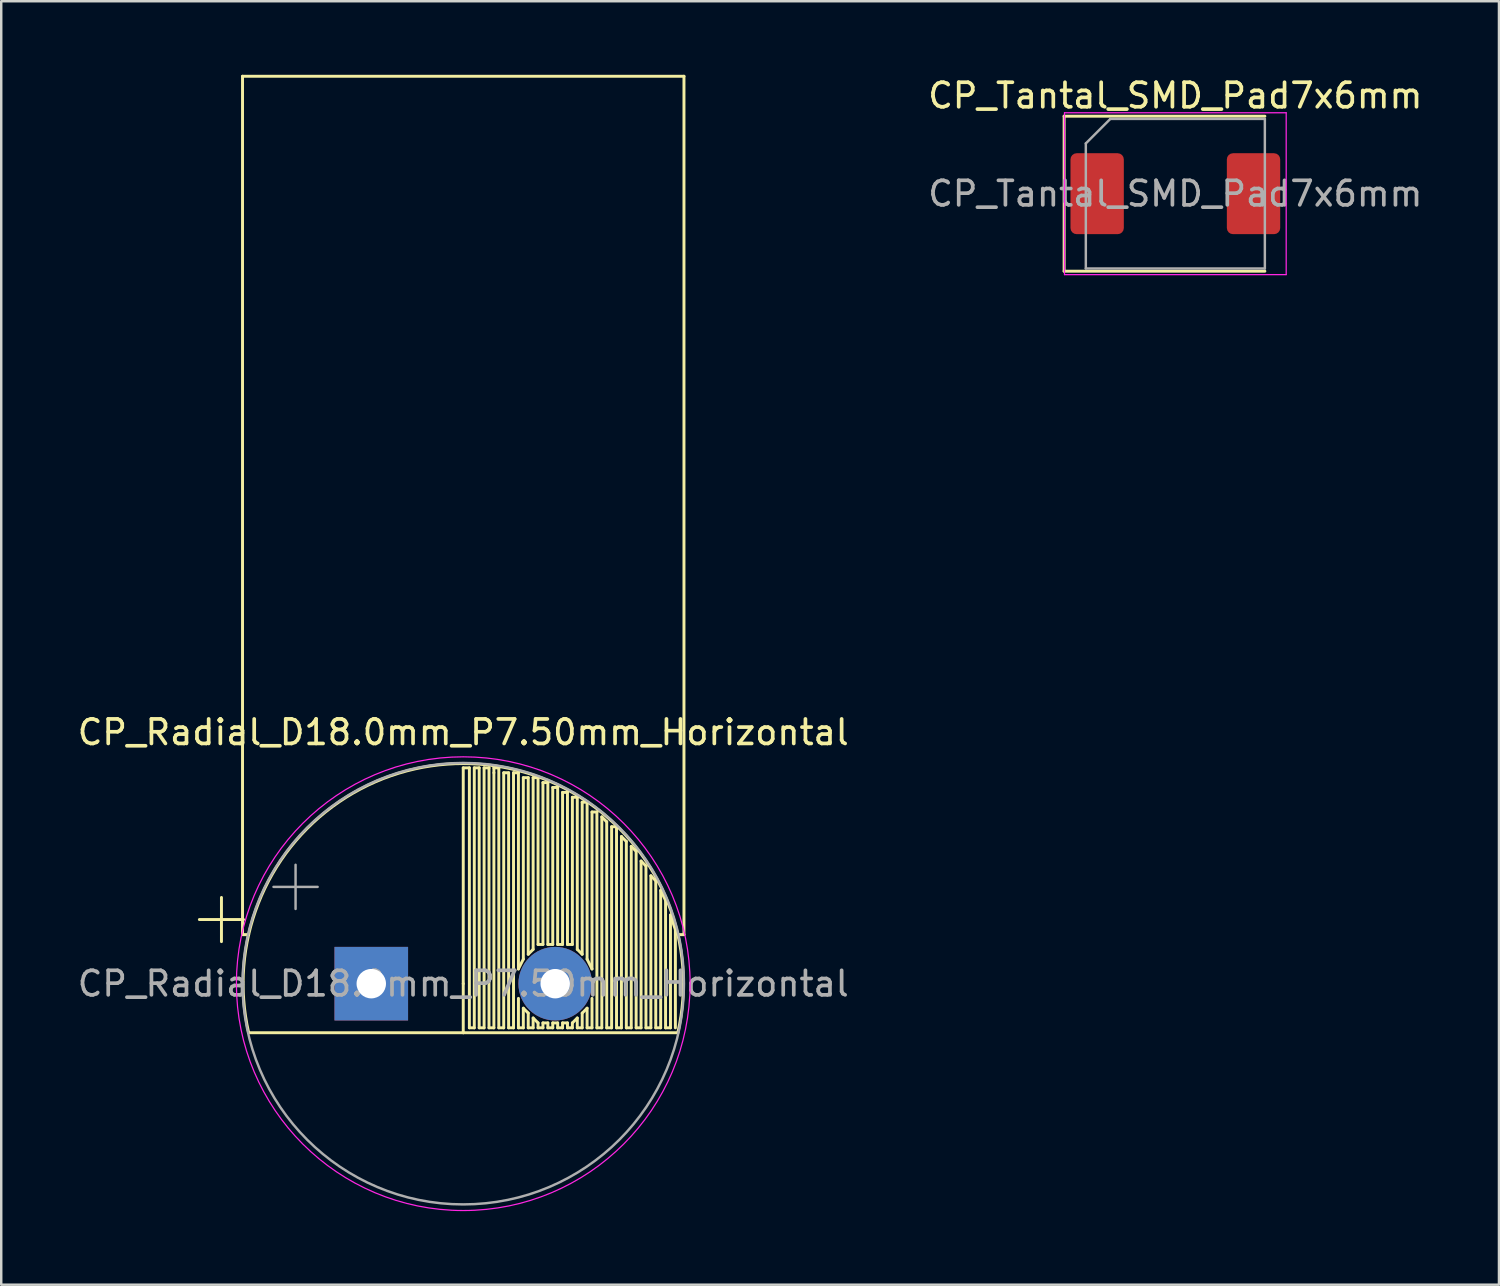
<source format=kicad_pcb>
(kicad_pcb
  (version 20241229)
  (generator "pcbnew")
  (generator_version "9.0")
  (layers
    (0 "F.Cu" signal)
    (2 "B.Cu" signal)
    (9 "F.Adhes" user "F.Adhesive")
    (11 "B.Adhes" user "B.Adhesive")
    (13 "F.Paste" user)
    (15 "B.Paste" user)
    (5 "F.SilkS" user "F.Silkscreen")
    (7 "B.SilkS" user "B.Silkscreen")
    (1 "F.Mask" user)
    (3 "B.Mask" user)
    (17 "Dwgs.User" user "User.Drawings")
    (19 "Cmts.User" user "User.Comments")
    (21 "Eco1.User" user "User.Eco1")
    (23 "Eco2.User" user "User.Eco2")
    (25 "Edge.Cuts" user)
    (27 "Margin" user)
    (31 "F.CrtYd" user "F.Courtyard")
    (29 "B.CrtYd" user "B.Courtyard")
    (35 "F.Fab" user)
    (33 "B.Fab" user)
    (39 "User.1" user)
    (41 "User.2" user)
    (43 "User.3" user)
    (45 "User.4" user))
  (footprint "CP_Tantal_SMD_Pad7x6mm"
    (layer "F.Cu")
    (at 44.875 4.848)
    (property "Reference" "CP_Tantal_SMD_Pad7x6mm" (at 0 -4 0) (layer "F.SilkS") (effects (font (size 1 1) (thickness 0.15))))
    (attr smd)
    (fp_line (start -4.535 -3.16) (end -4.535 3.16) (stroke (width 0.12) (type solid)) (layer "F.SilkS"))
    (fp_line (start -4.535 3.16) (end 3.65 3.16) (stroke (width 0.12) (type solid)) (layer "F.SilkS"))
    (fp_line (start 3.65 -3.16) (end -4.535 -3.16) (stroke (width 0.12) (type solid)) (layer "F.SilkS"))
    (fp_line (start -4.52 -3.3) (end 4.52 -3.3) (stroke (width 0.05) (type solid)) (layer "F.CrtYd"))
    (fp_line (start -4.52 3.3) (end -4.52 -3.3) (stroke (width 0.05) (type solid)) (layer "F.CrtYd"))
    (fp_line (start 4.52 -3.3) (end 4.52 3.3) (stroke (width 0.05) (type solid)) (layer "F.CrtYd"))
    (fp_line (start 4.52 3.3) (end -4.52 3.3) (stroke (width 0.05) (type solid)) (layer "F.CrtYd"))
    (fp_line (start -3.65 -2.05) (end -3.65 3.05) (stroke (width 0.1) (type solid)) (layer "F.Fab"))
    (fp_line (start -3.65 3.05) (end 3.65 3.05) (stroke (width 0.1) (type solid)) (layer "F.Fab"))
    (fp_line (start -2.65 -3.05) (end -3.65 -2.05) (stroke (width 0.1) (type solid)) (layer "F.Fab"))
    (fp_line (start 3.65 -3.05) (end -2.65 -3.05) (stroke (width 0.1) (type solid)) (layer "F.Fab"))
    (fp_line (start 3.65 3.05) (end 3.65 -3.05) (stroke (width 0.1) (type solid)) (layer "F.Fab"))
    (fp_text user "${REFERENCE}" (at 0 0 0) (layer "F.Fab") (effects (font (size 1 1) (thickness 0.15))))
    (pad "1" smd roundrect (at -3.188 0) (size 2.175 3.3) (layers "F.Cu" "F.Mask" "F.Paste") (roundrect_rratio 0.115))
    (pad "2" smd roundrect (at 3.188 0) (size 2.175 3.3) (layers "F.Cu" "F.Mask" "F.Paste") (roundrect_rratio 0.115)))
  (footprint "CP_Radial_D18.0mm_P7.50mm_Horizontal"
    (layer "F.Cu")
    (at 12.089 37.06)
    (property "Reference" "CP_Radial_D18.0mm_P7.50mm_Horizontal" (at 3.75 -10.25 0) (layer "F.SilkS") (effects (font (size 1 1) (thickness 0.15))))
    (attr through_hole)
    (fp_line (start -7.009 -2.615) (end -5.209 -2.615) (stroke (width 0.12) (type solid)) (layer "F.SilkS"))
    (fp_line (start -6.109 -3.515) (end -6.109 -1.715) (stroke (width 0.12) (type solid)) (layer "F.SilkS"))
    (fp_line (start -5.25 -37) (end -5.25 -2) (stroke (width 0.12) (type solid)) (layer "F.SilkS"))
    (fp_line (start -5.25 -2) (end -5 -2) (stroke (width 0.12) (type solid)) (layer "F.SilkS"))
    (fp_line (start 3.75 -8.8) (end 4 -8.8) (stroke (width 0.12) (type solid)) (layer "F.SilkS"))
    (fp_line (start 3.75 0) (end 3.75 -8.8) (stroke (width 0.12) (type solid)) (layer "F.SilkS"))
    (fp_line (start 3.75 0) (end 3.75 2) (stroke (width 0.12) (type solid)) (layer "F.SilkS"))
    (fp_line (start 3.75 2) (end -5 2) (stroke (width 0.12) (type solid)) (layer "F.SilkS"))
    (fp_line (start 3.75 2) (end 12.5 2) (stroke (width 0.12) (type solid)) (layer "F.SilkS"))
    (fp_line (start 4 -8.8) (end 4 1.8) (stroke (width 0.12) (type solid)) (layer "F.SilkS"))
    (fp_line (start 4 1.8) (end 4.2 1.8) (stroke (width 0.12) (type solid)) (layer "F.SilkS"))
    (fp_line (start 4.2 -8.8) (end 4.4 -8.8) (stroke (width 0.12) (type solid)) (layer "F.SilkS"))
    (fp_line (start 4.2 1.8) (end 4.2 -8.8) (stroke (width 0.12) (type solid)) (layer "F.SilkS"))
    (fp_line (start 4.4 -8.8) (end 4.4 1.8) (stroke (width 0.12) (type solid)) (layer "F.SilkS"))
    (fp_line (start 4.4 1.8) (end 4.6 1.8) (stroke (width 0.12) (type solid)) (layer "F.SilkS"))
    (fp_line (start 4.6 -8.8) (end 4.8 -8.8) (stroke (width 0.12) (type solid)) (layer "F.SilkS"))
    (fp_line (start 4.6 1.8) (end 4.6 -8.8) (stroke (width 0.12) (type solid)) (layer "F.SilkS"))
    (fp_line (start 4.8 -8.8) (end 4.8 1.8) (stroke (width 0.12) (type solid)) (layer "F.SilkS"))
    (fp_line (start 4.8 1.8) (end 5 1.8) (stroke (width 0.12) (type solid)) (layer "F.SilkS"))
    (fp_line (start 5 -8.8) (end 5.2 -8.8) (stroke (width 0.12) (type solid)) (layer "F.SilkS"))
    (fp_line (start 5 -8.6) (end 5 -8.8) (stroke (width 0.12) (type solid)) (layer "F.SilkS"))
    (fp_line (start 5 1.8) (end 5 -8.6) (stroke (width 0.12) (type solid)) (layer "F.SilkS"))
    (fp_line (start 5.2 -8.8) (end 5.2 1.8) (stroke (width 0.12) (type solid)) (layer "F.SilkS"))
    (fp_line (start 5.2 1.8) (end 5.4 1.8) (stroke (width 0.12) (type solid)) (layer "F.SilkS"))
    (fp_line (start 5.4 -8.6) (end 5.6 -8.6) (stroke (width 0.12) (type solid)) (layer "F.SilkS"))
    (fp_line (start 5.4 1.8) (end 5.4 -8.6) (stroke (width 0.12) (type solid)) (layer "F.SilkS"))
    (fp_line (start 5.6 -8.6) (end 5.6 1.8) (stroke (width 0.12) (type solid)) (layer "F.SilkS"))
    (fp_line (start 5.6 1.8) (end 5.8 1.8) (stroke (width 0.12) (type solid)) (layer "F.SilkS"))
    (fp_line (start 5.8 -8.6) (end 6 -8.6) (stroke (width 0.12) (type solid)) (layer "F.SilkS"))
    (fp_line (start 5.8 1.8) (end 5.8 -8.6) (stroke (width 0.12) (type solid)) (layer "F.SilkS"))
    (fp_line (start 6 -8.6) (end 6 -0.6) (stroke (width 0.12) (type solid)) (layer "F.SilkS"))
    (fp_line (start 6 -0.6) (end 6.2 -1) (stroke (width 0.12) (type solid)) (layer "F.SilkS"))
    (fp_line (start 6 0.6) (end 6 1.8) (stroke (width 0.12) (type solid)) (layer "F.SilkS"))
    (fp_line (start 6 1.8) (end 6.2 1.8) (stroke (width 0.12) (type solid)) (layer "F.SilkS"))
    (fp_line (start 6.2 -8.4) (end 6.4 -8.4) (stroke (width 0.12) (type solid)) (layer "F.SilkS"))
    (fp_line (start 6.2 -1) (end 6.2 -8.4) (stroke (width 0.12) (type solid)) (layer "F.SilkS"))
    (fp_line (start 6.2 1) (end 6.4 1.2) (stroke (width 0.12) (type solid)) (layer "F.SilkS"))
    (fp_line (start 6.2 1.8) (end 6.2 1) (stroke (width 0.12) (type solid)) (layer "F.SilkS"))
    (fp_line (start 6.4 -8.4) (end 6.4 -1.2) (stroke (width 0.12) (type solid)) (layer "F.SilkS"))
    (fp_line (start 6.4 -1.2) (end 6.6 -1.4) (stroke (width 0.12) (type solid)) (layer "F.SilkS"))
    (fp_line (start 6.4 1.2) (end 6.4 1.8) (stroke (width 0.12) (type solid)) (layer "F.SilkS"))
    (fp_line (start 6.4 1.8) (end 6.6 1.8) (stroke (width 0.12) (type solid)) (layer "F.SilkS"))
    (fp_line (start 6.6 -8.4) (end 6.8 -8.4) (stroke (width 0.12) (type solid)) (layer "F.SilkS"))
    (fp_line (start 6.6 -1.4) (end 6.6 -8.4) (stroke (width 0.12) (type solid)) (layer "F.SilkS"))
    (fp_line (start 6.6 1.4) (end 6.8 1.6) (stroke (width 0.12) (type solid)) (layer "F.SilkS"))
    (fp_line (start 6.6 1.8) (end 6.6 1.4) (stroke (width 0.12) (type solid)) (layer "F.SilkS"))
    (fp_line (start 6.8 -8.4) (end 6.8 -1.6) (stroke (width 0.12) (type solid)) (layer "F.SilkS"))
    (fp_line (start 6.8 -1.6) (end 7 -1.6) (stroke (width 0.12) (type solid)) (layer "F.SilkS"))
    (fp_line (start 6.8 1.6) (end 6.8 1.8) (stroke (width 0.12) (type solid)) (layer "F.SilkS"))
    (fp_line (start 6.8 1.8) (end 7 1.8) (stroke (width 0.12) (type solid)) (layer "F.SilkS"))
    (fp_line (start 7 -8.2) (end 7.2 -8.2) (stroke (width 0.12) (type solid)) (layer "F.SilkS"))
    (fp_line (start 7 -1.6) (end 7 -8.2) (stroke (width 0.12) (type solid)) (layer "F.SilkS"))
    (fp_line (start 7 1.6) (end 7.2 1.6) (stroke (width 0.12) (type solid)) (layer "F.SilkS"))
    (fp_line (start 7 1.8) (end 7 1.6) (stroke (width 0.12) (type solid)) (layer "F.SilkS"))
    (fp_line (start 7.2 -8.2) (end 7.2 -1.6) (stroke (width 0.12) (type solid)) (layer "F.SilkS"))
    (fp_line (start 7.2 -1.6) (end 7.4 -1.6) (stroke (width 0.12) (type solid)) (layer "F.SilkS"))
    (fp_line (start 7.2 1.6) (end 7.2 1.8) (stroke (width 0.12) (type solid)) (layer "F.SilkS"))
    (fp_line (start 7.2 1.8) (end 7.4 1.8) (stroke (width 0.12) (type solid)) (layer "F.SilkS"))
    (fp_line (start 7.4 -8) (end 7.6 -8) (stroke (width 0.12) (type solid)) (layer "F.SilkS"))
    (fp_line (start 7.4 -1.6) (end 7.4 -8) (stroke (width 0.12) (type solid)) (layer "F.SilkS"))
    (fp_line (start 7.4 1.6) (end 7.6 1.6) (stroke (width 0.12) (type solid)) (layer "F.SilkS"))
    (fp_line (start 7.4 1.8) (end 7.4 1.6) (stroke (width 0.12) (type solid)) (layer "F.SilkS"))
    (fp_line (start 7.6 -8) (end 7.6 -1.6) (stroke (width 0.12) (type solid)) (layer "F.SilkS"))
    (fp_line (start 7.6 -1.6) (end 7.8 -1.6) (stroke (width 0.12) (type solid)) (layer "F.SilkS"))
    (fp_line (start 7.6 1.6) (end 7.6 1.8) (stroke (width 0.12) (type solid)) (layer "F.SilkS"))
    (fp_line (start 7.6 1.8) (end 7.8 1.8) (stroke (width 0.12) (type solid)) (layer "F.SilkS"))
    (fp_line (start 7.8 -7.8) (end 8 -7.8) (stroke (width 0.12) (type solid)) (layer "F.SilkS"))
    (fp_line (start 7.8 -1.6) (end 7.8 -7.8) (stroke (width 0.12) (type solid)) (layer "F.SilkS"))
    (fp_line (start 7.8 1.6) (end 8 1.6) (stroke (width 0.12) (type solid)) (layer "F.SilkS"))
    (fp_line (start 7.8 1.8) (end 7.8 1.6) (stroke (width 0.12) (type solid)) (layer "F.SilkS"))
    (fp_line (start 8 -7.8) (end 8 -1.6) (stroke (width 0.12) (type solid)) (layer "F.SilkS"))
    (fp_line (start 8 -1.6) (end 8.2 -1.6) (stroke (width 0.12) (type solid)) (layer "F.SilkS"))
    (fp_line (start 8 1.6) (end 8 1.8) (stroke (width 0.12) (type solid)) (layer "F.SilkS"))
    (fp_line (start 8 1.8) (end 8.2 1.8) (stroke (width 0.12) (type solid)) (layer "F.SilkS"))
    (fp_line (start 8.2 -7.6) (end 8.4 -7.6) (stroke (width 0.12) (type solid)) (layer "F.SilkS"))
    (fp_line (start 8.2 -1.6) (end 8.2 -7.6) (stroke (width 0.12) (type solid)) (layer "F.SilkS"))
    (fp_line (start 8.2 1.6) (end 8.4 1.4) (stroke (width 0.12) (type solid)) (layer "F.SilkS"))
    (fp_line (start 8.2 1.8) (end 8.2 1.6) (stroke (width 0.12) (type solid)) (layer "F.SilkS"))
    (fp_line (start 8.4 -7.6) (end 8.4 -1.4) (stroke (width 0.12) (type solid)) (layer "F.SilkS"))
    (fp_line (start 8.4 -1.4) (end 8.6 -1.2) (stroke (width 0.12) (type solid)) (layer "F.SilkS"))
    (fp_line (start 8.4 1.4) (end 8.4 1.8) (stroke (width 0.12) (type solid)) (layer "F.SilkS"))
    (fp_line (start 8.4 1.8) (end 8.6 1.8) (stroke (width 0.12) (type solid)) (layer "F.SilkS"))
    (fp_line (start 8.6 -7.4) (end 8.8 -7.4) (stroke (width 0.12) (type solid)) (layer "F.SilkS"))
    (fp_line (start 8.6 -1.2) (end 8.6 -7.4) (stroke (width 0.12) (type solid)) (layer "F.SilkS"))
    (fp_line (start 8.6 1.2) (end 8.8 1) (stroke (width 0.12) (type solid)) (layer "F.SilkS"))
    (fp_line (start 8.6 1.8) (end 8.6 1.2) (stroke (width 0.12) (type solid)) (layer "F.SilkS"))
    (fp_line (start 8.8 -7.4) (end 8.8 -1) (stroke (width 0.12) (type solid)) (layer "F.SilkS"))
    (fp_line (start 8.8 -1) (end 9 -0.6) (stroke (width 0.12) (type solid)) (layer "F.SilkS"))
    (fp_line (start 8.8 1) (end 8.8 1.8) (stroke (width 0.12) (type solid)) (layer "F.SilkS"))
    (fp_line (start 8.8 1.8) (end 9 1.8) (stroke (width 0.12) (type solid)) (layer "F.SilkS"))
    (fp_line (start 9 -7) (end 9.2 -7) (stroke (width 0.12) (type solid)) (layer "F.SilkS"))
    (fp_line (start 9 -0.6) (end 9 -7) (stroke (width 0.12) (type solid)) (layer "F.SilkS"))
    (fp_line (start 9 1.8) (end 9 0.6) (stroke (width 0.12) (type solid)) (layer "F.SilkS"))
    (fp_line (start 9.2 -7) (end 9.2 1.8) (stroke (width 0.12) (type solid)) (layer "F.SilkS"))
    (fp_line (start 9.2 1.8) (end 9.4 1.8) (stroke (width 0.12) (type solid)) (layer "F.SilkS"))
    (fp_line (start 9.4 -6.8) (end 9.6 -6.6) (stroke (width 0.12) (type solid)) (layer "F.SilkS"))
    (fp_line (start 9.4 1.8) (end 9.4 -6.8) (stroke (width 0.12) (type solid)) (layer "F.SilkS"))
    (fp_line (start 9.6 -6.6) (end 9.6 1.8) (stroke (width 0.12) (type solid)) (layer "F.SilkS"))
    (fp_line (start 9.6 1.8) (end 9.8 1.8) (stroke (width 0.12) (type solid)) (layer "F.SilkS"))
    (fp_line (start 9.8 -6.4) (end 10 -6.4) (stroke (width 0.12) (type solid)) (layer "F.SilkS"))
    (fp_line (start 9.8 1.8) (end 9.8 -6.4) (stroke (width 0.12) (type solid)) (layer "F.SilkS"))
    (fp_line (start 10 -6.4) (end 10 1.8) (stroke (width 0.12) (type solid)) (layer "F.SilkS"))
    (fp_line (start 10 1.8) (end 10.2 1.8) (stroke (width 0.12) (type solid)) (layer "F.SilkS"))
    (fp_line (start 10.2 -6) (end 10.4 -5.8) (stroke (width 0.12) (type solid)) (layer "F.SilkS"))
    (fp_line (start 10.2 1.8) (end 10.2 -6) (stroke (width 0.12) (type solid)) (layer "F.SilkS"))
    (fp_line (start 10.4 -5.8) (end 10.4 1.8) (stroke (width 0.12) (type solid)) (layer "F.SilkS"))
    (fp_line (start 10.4 1.8) (end 10.6 1.8) (stroke (width 0.12) (type solid)) (layer "F.SilkS"))
    (fp_line (start 10.6 -5.6) (end 10.8 -5.4) (stroke (width 0.12) (type solid)) (layer "F.SilkS"))
    (fp_line (start 10.6 1.8) (end 10.6 -5.6) (stroke (width 0.12) (type solid)) (layer "F.SilkS"))
    (fp_line (start 10.8 -5.4) (end 10.8 1.8) (stroke (width 0.12) (type solid)) (layer "F.SilkS"))
    (fp_line (start 10.8 1.8) (end 11 1.8) (stroke (width 0.12) (type solid)) (layer "F.SilkS"))
    (fp_line (start 11 -5) (end 11.2 -4.8) (stroke (width 0.12) (type solid)) (layer "F.SilkS"))
    (fp_line (start 11 1.8) (end 11 -5) (stroke (width 0.12) (type solid)) (layer "F.SilkS"))
    (fp_line (start 11.2 -4.8) (end 11.2 1.8) (stroke (width 0.12) (type solid)) (layer "F.SilkS"))
    (fp_line (start 11.2 1.8) (end 11.4 1.8) (stroke (width 0.12) (type solid)) (layer "F.SilkS"))
    (fp_line (start 11.4 -4.4) (end 11.6 -4.2) (stroke (width 0.12) (type solid)) (layer "F.SilkS"))
    (fp_line (start 11.4 1.8) (end 11.4 -4.4) (stroke (width 0.12) (type solid)) (layer "F.SilkS"))
    (fp_line (start 11.6 -4.2) (end 11.6 1.8) (stroke (width 0.12) (type solid)) (layer "F.SilkS"))
    (fp_line (start 11.6 1.8) (end 11.8 1.8) (stroke (width 0.12) (type solid)) (layer "F.SilkS"))
    (fp_line (start 11.8 -3.8) (end 12 -3.4) (stroke (width 0.12) (type solid)) (layer "F.SilkS"))
    (fp_line (start 11.8 1.8) (end 11.8 -3.8) (stroke (width 0.12) (type solid)) (layer "F.SilkS"))
    (fp_line (start 12 -3.4) (end 12 1.8) (stroke (width 0.12) (type solid)) (layer "F.SilkS"))
    (fp_line (start 12 1.8) (end 12.2 1.8) (stroke (width 0.12) (type solid)) (layer "F.SilkS"))
    (fp_line (start 12.2 -2.8) (end 12.4 -2.2) (stroke (width 0.12) (type solid)) (layer "F.SilkS"))
    (fp_line (start 12.2 1.8) (end 12.2 -2.8) (stroke (width 0.12) (type solid)) (layer "F.SilkS"))
    (fp_line (start 12.4 -2.2) (end 12.4 1.8) (stroke (width 0.12) (type solid)) (layer "F.SilkS"))
    (fp_line (start 12.5 -2) (end 12.75 -2) (stroke (width 0.12) (type solid)) (layer "F.SilkS"))
    (fp_line (start 12.75 -37) (end -5.25 -37) (stroke (width 0.12) (type solid)) (layer "F.SilkS"))
    (fp_line (start 12.75 -2) (end 12.75 -37) (stroke (width 0.12) (type solid)) (layer "F.SilkS"))
    (fp_arc (start -4.999999 2) (mid 3.75 -8.975661) (end 12.499999 1.999999) (stroke (width 0.12) (type solid)) (layer "F.SilkS"))
    (fp_circle (center 3.75 0) (end 13 0) (stroke (width 0.05) (type solid)) (fill no) (layer "F.CrtYd"))
    (fp_line (start -3.987 -3.947) (end -2.187 -3.947) (stroke (width 0.1) (type solid)) (layer "F.Fab"))
    (fp_line (start -3.087 -4.848) (end -3.087 -3.047) (stroke (width 0.1) (type solid)) (layer "F.Fab"))
    (fp_circle (center 3.75 0) (end 12.75 0) (stroke (width 0.1) (type solid)) (fill no) (layer "F.Fab"))
    (fp_text user "${REFERENCE}" (at 3.75 0 0) (layer "F.Fab") (effects (font (size 1 1) (thickness 0.15))))
    (pad "1" thru_hole rect (at 0 0) (size 3 3) (drill 1.2) (layers "*.Cu" "*.Mask"))
    (pad "2" thru_hole circle (at 7.5 0) (size 3 3) (drill 1.2) (layers "*.Cu" "*.Mask")))
  (gr_rect
    (start -3 -3)
    (end 58.071 49.335)
    (stroke (width 0.1) (type default))
    (fill no)
    (layer "Edge.Cuts")))
</source>
